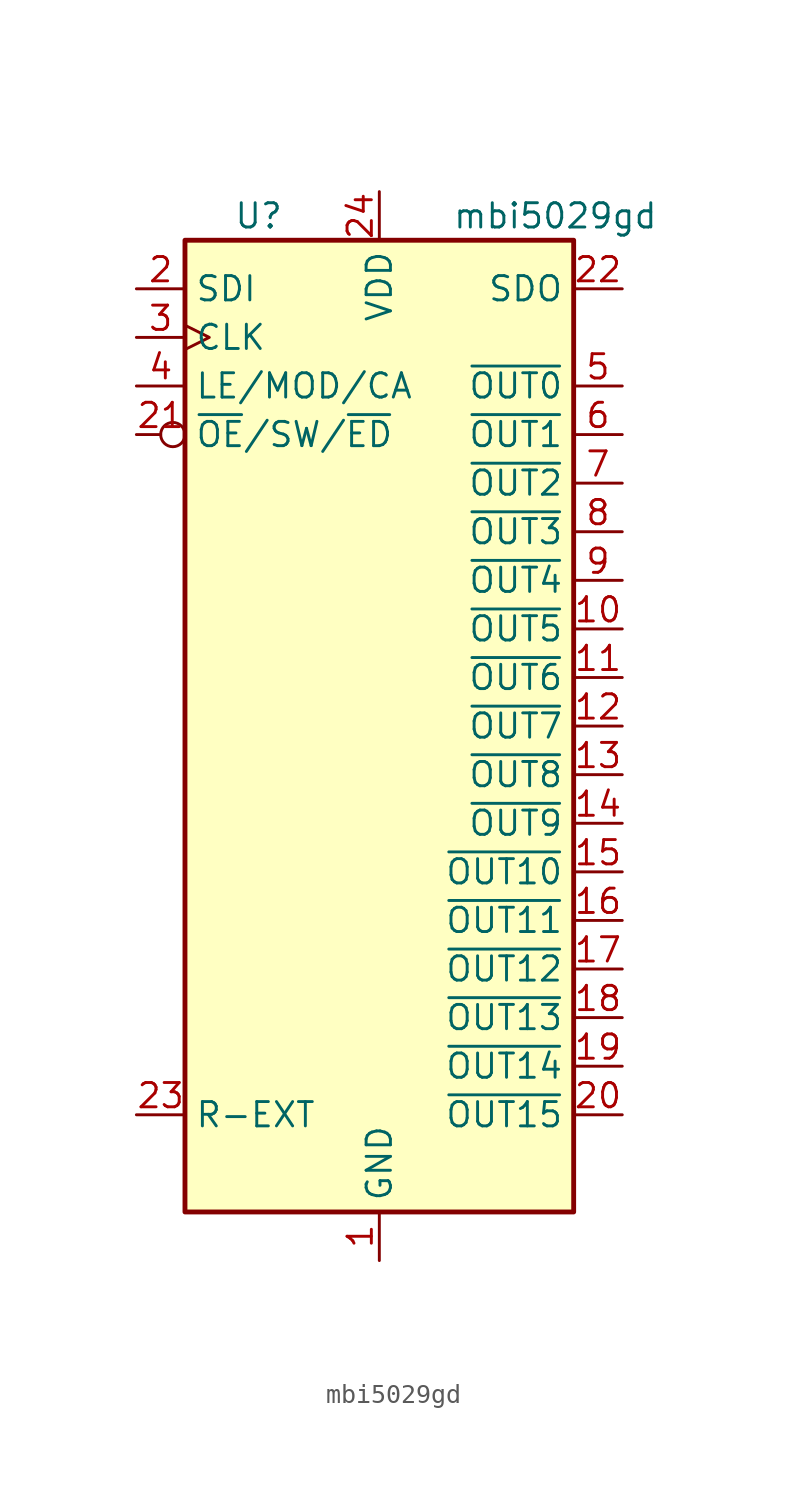
<source format=kicad_sym>
(kicad_symbol_lib
  (version 20210619)
  (generator kicad_symbol_editor)
  (symbol "mbi5029_led_matrix:mbi5029gd"
    (property "Reference" "U"
      (at -7.62 26.67 0)
      (effects (font (size 1.27 1.27)) (justify left)))
    (property "Value" "mbi5029gd"
      (at 3.81 26.67 0)
      (effects (font (size 1.27 1.27)) (justify left)))
    (symbol "mbi5029gd_0_1"
      (rectangle (start -10.16 25.4) (end 10.16 -25.4) (stroke (width 0.254)) (fill (type background))))
    (symbol "mbi5029gd_1_1"
      (pin power_in line (at 0 -27.94 90) (length 2.54) (name "GND" (effects (font (size 1.27 1.27)))) (number "1" (effects (font (size 1.27 1.27)))))
      (pin output line (at 12.7 5.08 180) (length 2.54) (name "~{OUT5}" (effects (font (size 1.27 1.27)))) (number "10" (effects (font (size 1.27 1.27)))))
      (pin output line (at 12.7 2.54 180) (length 2.54) (name "~{OUT6}" (effects (font (size 1.27 1.27)))) (number "11" (effects (font (size 1.27 1.27)))))
      (pin output line (at 12.7 0 180) (length 2.54) (name "~{OUT7}" (effects (font (size 1.27 1.27)))) (number "12" (effects (font (size 1.27 1.27)))))
      (pin output line (at 12.7 -2.54 180) (length 2.54) (name "~{OUT8}" (effects (font (size 1.27 1.27)))) (number "13" (effects (font (size 1.27 1.27)))))
      (pin output line (at 12.7 -5.08 180) (length 2.54) (name "~{OUT9}" (effects (font (size 1.27 1.27)))) (number "14" (effects (font (size 1.27 1.27)))))
      (pin output line (at 12.7 -7.62 180) (length 2.54) (name "~{OUT10}" (effects (font (size 1.27 1.27)))) (number "15" (effects (font (size 1.27 1.27)))))
      (pin output line (at 12.7 -10.16 180) (length 2.54) (name "~{OUT11}" (effects (font (size 1.27 1.27)))) (number "16" (effects (font (size 1.27 1.27)))))
      (pin output line (at 12.7 -12.7 180) (length 2.54) (name "~{OUT12}" (effects (font (size 1.27 1.27)))) (number "17" (effects (font (size 1.27 1.27)))))
      (pin output line (at 12.7 -15.24 180) (length 2.54) (name "~{OUT13}" (effects (font (size 1.27 1.27)))) (number "18" (effects (font (size 1.27 1.27)))))
      (pin output line (at 12.7 -17.78 180) (length 2.54) (name "~{OUT14}" (effects (font (size 1.27 1.27)))) (number "19" (effects (font (size 1.27 1.27)))))
      (pin input line (at -12.7 22.86 0) (length 2.54) (name "SDI" (effects (font (size 1.27 1.27)))) (number "2" (effects (font (size 1.27 1.27)))))
      (pin output line (at 12.7 -20.32 180) (length 2.54) (name "~{OUT15}" (effects (font (size 1.27 1.27)))) (number "20" (effects (font (size 1.27 1.27)))))
      (pin input inverted (at -12.7 15.24 0) (length 2.54) (name "~{OE}/SW/~{ED}" (effects (font (size 1.27 1.27)))) (number "21" (effects (font (size 1.27 1.27)))))
      (pin output line (at 12.7 22.86 180) (length 2.54) (name "SDO" (effects (font (size 1.27 1.27)))) (number "22" (effects (font (size 1.27 1.27)))))
      (pin passive line (at -12.7 -20.32 0) (length 2.54) (name "R-EXT" (effects (font (size 1.27 1.27)))) (number "23" (effects (font (size 1.27 1.27)))))
      (pin power_in line (at 0 27.94 270) (length 2.54) (name "VDD" (effects (font (size 1.27 1.27)))) (number "24" (effects (font (size 1.27 1.27)))))
      (pin input clock (at -12.7 20.32 0) (length 2.54) (name "CLK" (effects (font (size 1.27 1.27)))) (number "3" (effects (font (size 1.27 1.27)))))
      (pin input line (at -12.7 17.78 0) (length 2.54) (name "LE/MOD/CA" (effects (font (size 1.27 1.27)))) (number "4" (effects (font (size 1.27 1.27)))))
      (pin output line (at 12.7 17.78 180) (length 2.54) (name "~{OUT0}" (effects (font (size 1.27 1.27)))) (number "5" (effects (font (size 1.27 1.27)))))
      (pin output line (at 12.7 15.24 180) (length 2.54) (name "~{OUT1}" (effects (font (size 1.27 1.27)))) (number "6" (effects (font (size 1.27 1.27)))))
      (pin output line (at 12.7 12.7 180) (length 2.54) (name "~{OUT2}" (effects (font (size 1.27 1.27)))) (number "7" (effects (font (size 1.27 1.27)))))
      (pin output line (at 12.7 10.16 180) (length 2.54) (name "~{OUT3}" (effects (font (size 1.27 1.27)))) (number "8" (effects (font (size 1.27 1.27)))))
      (pin output line (at 12.7 7.62 180) (length 2.54) (name "~{OUT4}" (effects (font (size 1.27 1.27)))) (number "9" (effects (font (size 1.27 1.27))))))))
</source>
